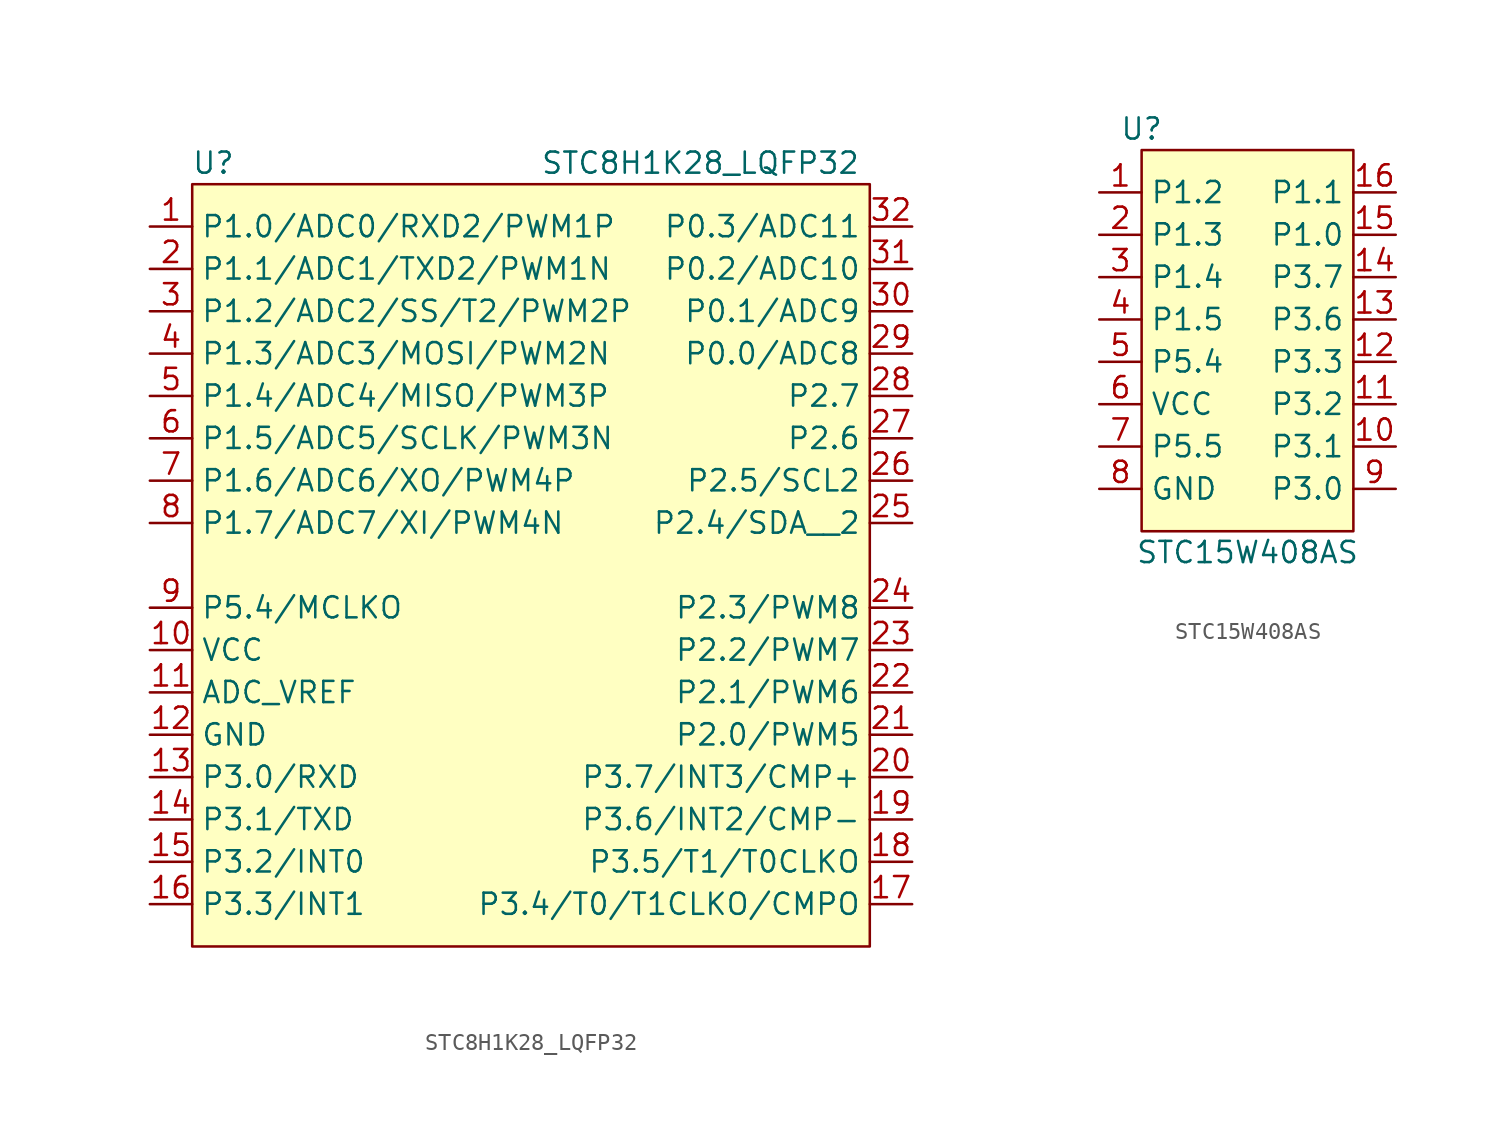
<source format=kicad_sym>
(kicad_symbol_lib
  (version 20220914)
  (generator kicad_symbol_editor)
  (symbol "STC8H1K28_LQFP32"
    (property "Reference" "U"
      (at 1.27 1.27 0)
      (effects (font (size 1.27 1.27))))
    (property "Value" "STC8H1K28_LQFP32"
      (at 30.48 1.27 0)
      (effects (font (size 1.27 1.27))))
    (symbol "STC8H1K28_LQFP32_0_1"
      (rectangle (start 0 0) (end 40.64 -45.72) (stroke (width 0) (type default)) (fill (type background))))
    (symbol "STC8H1K28_LQFP32_1_1"
      (pin bidirectional line (at -2.54 -2.54 0) (length 2.54) (name "P1.0/ADC0/RXD2/PWM1P" (effects (font (size 1.27 1.27)))) (number "1" (effects (font (size 1.27 1.27)))))
      (pin power_in line (at -2.54 -27.94 0) (length 2.54) (name "VCC" (effects (font (size 1.27 1.27)))) (number "10" (effects (font (size 1.27 1.27)))))
      (pin input line (at -2.54 -30.48 0) (length 2.54) (name "ADC_VREF" (effects (font (size 1.27 1.27)))) (number "11" (effects (font (size 1.27 1.27)))))
      (pin power_in line (at -2.54 -33.02 0) (length 2.54) (name "GND" (effects (font (size 1.27 1.27)))) (number "12" (effects (font (size 1.27 1.27)))))
      (pin bidirectional line (at -2.54 -35.56 0) (length 2.54) (name "P3.0/RXD" (effects (font (size 1.27 1.27)))) (number "13" (effects (font (size 1.27 1.27)))))
      (pin bidirectional line (at -2.54 -38.1 0) (length 2.54) (name "P3.1/TXD" (effects (font (size 1.27 1.27)))) (number "14" (effects (font (size 1.27 1.27)))))
      (pin bidirectional line (at -2.54 -40.64 0) (length 2.54) (name "P3.2/INT0" (effects (font (size 1.27 1.27)))) (number "15" (effects (font (size 1.27 1.27)))))
      (pin bidirectional line (at -2.54 -43.18 0) (length 2.54) (name "P3.3/INT1" (effects (font (size 1.27 1.27)))) (number "16" (effects (font (size 1.27 1.27)))))
      (pin bidirectional line (at 43.18 -43.18 180) (length 2.54) (name "P3.4/T0/T1CLKO/CMPO" (effects (font (size 1.27 1.27)))) (number "17" (effects (font (size 1.27 1.27)))))
      (pin bidirectional line (at 43.18 -40.64 180) (length 2.54) (name "P3.5/T1/T0CLKO" (effects (font (size 1.27 1.27)))) (number "18" (effects (font (size 1.27 1.27)))))
      (pin bidirectional line (at 43.18 -38.1 180) (length 2.54) (name "P3.6/INT2/CMP-" (effects (font (size 1.27 1.27)))) (number "19" (effects (font (size 1.27 1.27)))))
      (pin bidirectional line (at -2.54 -5.08 0) (length 2.54) (name "P1.1/ADC1/TXD2/PWM1N" (effects (font (size 1.27 1.27)))) (number "2" (effects (font (size 1.27 1.27)))))
      (pin bidirectional line (at 43.18 -35.56 180) (length 2.54) (name "P3.7/INT3/CMP+" (effects (font (size 1.27 1.27)))) (number "20" (effects (font (size 1.27 1.27)))))
      (pin bidirectional line (at 43.18 -33.02 180) (length 2.54) (name "P2.0/PWM5" (effects (font (size 1.27 1.27)))) (number "21" (effects (font (size 1.27 1.27)))))
      (pin bidirectional line (at 43.18 -30.48 180) (length 2.54) (name "P2.1/PWM6" (effects (font (size 1.27 1.27)))) (number "22" (effects (font (size 1.27 1.27)))))
      (pin bidirectional line (at 43.18 -27.94 180) (length 2.54) (name "P2.2/PWM7" (effects (font (size 1.27 1.27)))) (number "23" (effects (font (size 1.27 1.27)))))
      (pin bidirectional line (at 43.18 -25.4 180) (length 2.54) (name "P2.3/PWM8" (effects (font (size 1.27 1.27)))) (number "24" (effects (font (size 1.27 1.27)))))
      (pin bidirectional line (at 43.18 -20.32 180) (length 2.54) (name "P2.4/SDA__2" (effects (font (size 1.27 1.27)))) (number "25" (effects (font (size 1.27 1.27)))))
      (pin bidirectional line (at 43.18 -17.78 180) (length 2.54) (name "P2.5/SCL2" (effects (font (size 1.27 1.27)))) (number "26" (effects (font (size 1.27 1.27)))))
      (pin bidirectional line (at 43.18 -15.24 180) (length 2.54) (name "P2.6" (effects (font (size 1.27 1.27)))) (number "27" (effects (font (size 1.27 1.27)))))
      (pin bidirectional line (at 43.18 -12.7 180) (length 2.54) (name "P2.7" (effects (font (size 1.27 1.27)))) (number "28" (effects (font (size 1.27 1.27)))))
      (pin bidirectional line (at 43.18 -10.16 180) (length 2.54) (name "P0.0/ADC8" (effects (font (size 1.27 1.27)))) (number "29" (effects (font (size 1.27 1.27)))))
      (pin bidirectional line (at -2.54 -7.62 0) (length 2.54) (name "P1.2/ADC2/SS/T2/PWM2P" (effects (font (size 1.27 1.27)))) (number "3" (effects (font (size 1.27 1.27)))))
      (pin bidirectional line (at 43.18 -7.62 180) (length 2.54) (name "P0.1/ADC9" (effects (font (size 1.27 1.27)))) (number "30" (effects (font (size 1.27 1.27)))))
      (pin bidirectional line (at 43.18 -5.08 180) (length 2.54) (name "P0.2/ADC10" (effects (font (size 1.27 1.27)))) (number "31" (effects (font (size 1.27 1.27)))))
      (pin bidirectional line (at 43.18 -2.54 180) (length 2.54) (name "P0.3/ADC11" (effects (font (size 1.27 1.27)))) (number "32" (effects (font (size 1.27 1.27)))))
      (pin bidirectional line (at -2.54 -10.16 0) (length 2.54) (name "P1.3/ADC3/MOSI/PWM2N" (effects (font (size 1.27 1.27)))) (number "4" (effects (font (size 1.27 1.27)))))
      (pin bidirectional line (at -2.54 -12.7 0) (length 2.54) (name "P1.4/ADC4/MISO/PWM3P" (effects (font (size 1.27 1.27)))) (number "5" (effects (font (size 1.27 1.27)))))
      (pin bidirectional line (at -2.54 -15.24 0) (length 2.54) (name "P1.5/ADC5/SCLK/PWM3N" (effects (font (size 1.27 1.27)))) (number "6" (effects (font (size 1.27 1.27)))))
      (pin bidirectional line (at -2.54 -17.78 0) (length 2.54) (name "P1.6/ADC6/XO/PWM4P" (effects (font (size 1.27 1.27)))) (number "7" (effects (font (size 1.27 1.27)))))
      (pin bidirectional line (at -2.54 -20.32 0) (length 2.54) (name "P1.7/ADC7/XI/PWM4N" (effects (font (size 1.27 1.27)))) (number "8" (effects (font (size 1.27 1.27)))))
      (pin bidirectional line (at -2.54 -25.4 0) (length 2.54) (name "P5.4/MCLKO" (effects (font (size 1.27 1.27)))) (number "9" (effects (font (size 1.27 1.27)))))))
  (symbol "STC15W408AS"
    (property "Reference" "U"
      (at 0 1.27 0)
      (effects (font (size 1.27 1.27))))
    (property "Value" "STC15W408AS"
      (at 6.35 -24.13 0)
      (effects (font (size 1.27 1.27))))
    (symbol "STC15W408AS_0_1"
      (rectangle (start 0 0) (end 12.7 -22.86) (stroke (width 0) (type default)) (fill (type background))))
    (symbol "STC15W408AS_1_1"
      (pin bidirectional line (at -2.54 -2.54 0) (length 2.54) (name "P1.2" (effects (font (size 1.27 1.27)))) (number "1" (effects (font (size 1.27 1.27)))))
      (pin bidirectional line (at 15.24 -17.78 180) (length 2.54) (name "P3.1" (effects (font (size 1.27 1.27)))) (number "10" (effects (font (size 1.27 1.27)))))
      (pin bidirectional line (at 15.24 -15.24 180) (length 2.54) (name "P3.2" (effects (font (size 1.27 1.27)))) (number "11" (effects (font (size 1.27 1.27)))))
      (pin bidirectional line (at 15.24 -12.7 180) (length 2.54) (name "P3.3" (effects (font (size 1.27 1.27)))) (number "12" (effects (font (size 1.27 1.27)))))
      (pin bidirectional line (at 15.24 -10.16 180) (length 2.54) (name "P3.6" (effects (font (size 1.27 1.27)))) (number "13" (effects (font (size 1.27 1.27)))))
      (pin bidirectional line (at 15.24 -7.62 180) (length 2.54) (name "P3.7" (effects (font (size 1.27 1.27)))) (number "14" (effects (font (size 1.27 1.27)))))
      (pin bidirectional line (at 15.24 -5.08 180) (length 2.54) (name "P1.0" (effects (font (size 1.27 1.27)))) (number "15" (effects (font (size 1.27 1.27)))))
      (pin bidirectional line (at 15.24 -2.54 180) (length 2.54) (name "P1.1" (effects (font (size 1.27 1.27)))) (number "16" (effects (font (size 1.27 1.27)))))
      (pin bidirectional line (at -2.54 -5.08 0) (length 2.54) (name "P1.3" (effects (font (size 1.27 1.27)))) (number "2" (effects (font (size 1.27 1.27)))))
      (pin bidirectional line (at -2.54 -7.62 0) (length 2.54) (name "P1.4" (effects (font (size 1.27 1.27)))) (number "3" (effects (font (size 1.27 1.27)))))
      (pin bidirectional line (at -2.54 -10.16 0) (length 2.54) (name "P1.5" (effects (font (size 1.27 1.27)))) (number "4" (effects (font (size 1.27 1.27)))))
      (pin bidirectional line (at -2.54 -12.7 0) (length 2.54) (name "P5.4" (effects (font (size 1.27 1.27)))) (number "5" (effects (font (size 1.27 1.27)))))
      (pin power_in line (at -2.54 -15.24 0) (length 2.54) (name "VCC" (effects (font (size 1.27 1.27)))) (number "6" (effects (font (size 1.27 1.27)))))
      (pin bidirectional line (at -2.54 -17.78 0) (length 2.54) (name "P5.5" (effects (font (size 1.27 1.27)))) (number "7" (effects (font (size 1.27 1.27)))))
      (pin power_in line (at -2.54 -20.32 0) (length 2.54) (name "GND" (effects (font (size 1.27 1.27)))) (number "8" (effects (font (size 1.27 1.27)))))
      (pin bidirectional line (at 15.24 -20.32 180) (length 2.54) (name "P3.0" (effects (font (size 1.27 1.27)))) (number "9" (effects (font (size 1.27 1.27))))))))
</source>
